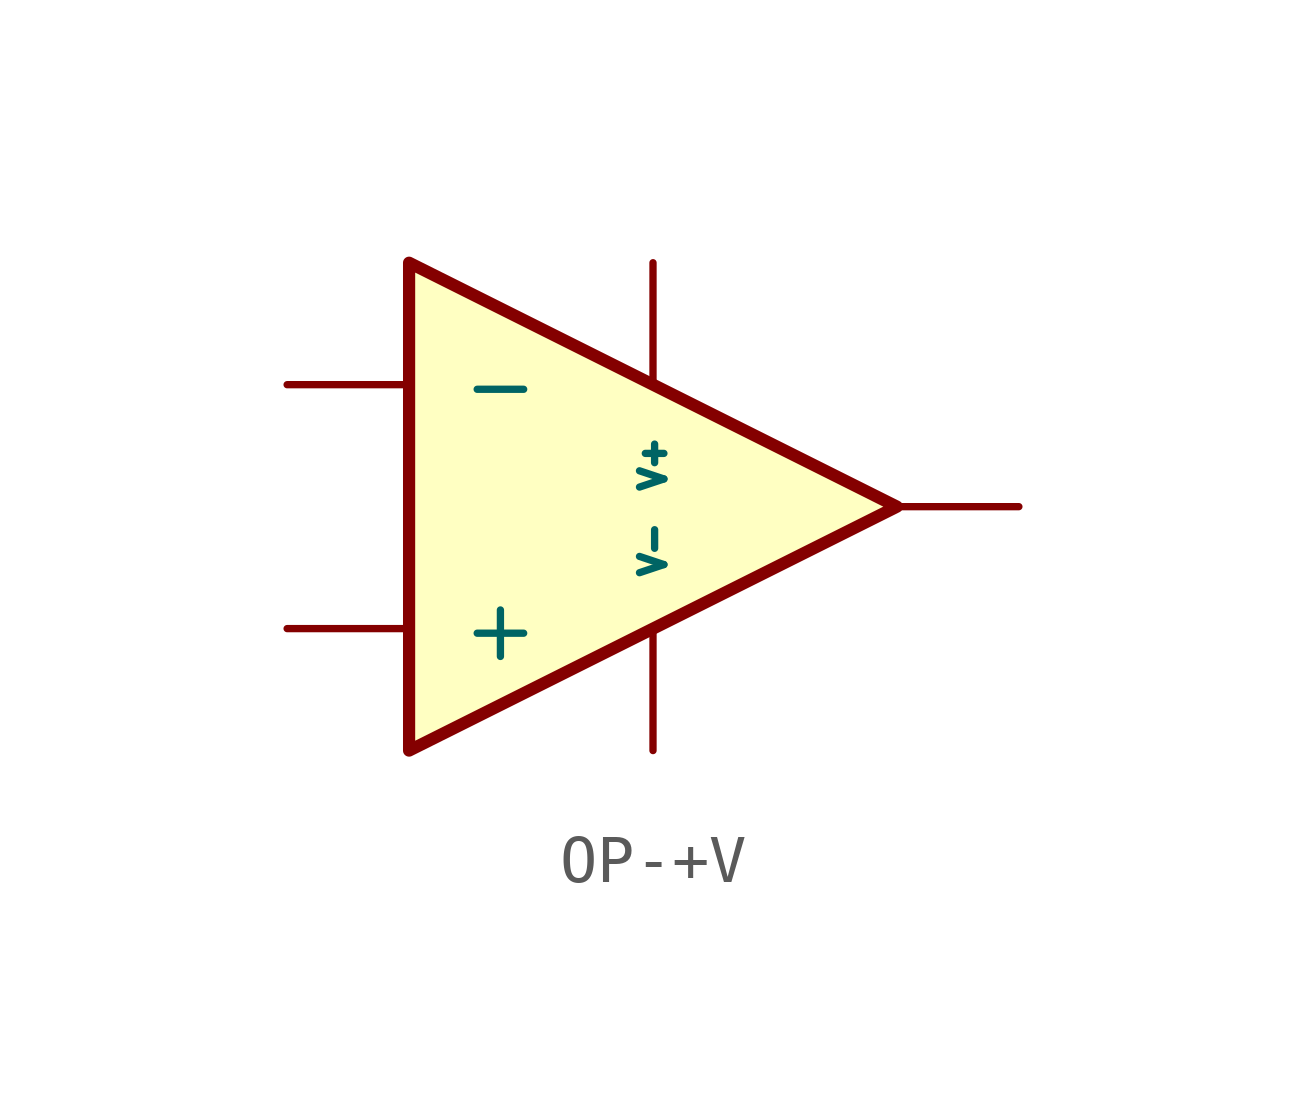
<source format=kicad_sym>
(kicad_symbol_lib
  (version 20231120)
  (generator "kicad_symbol_editor")
  (generator_version "8.0")
  (symbol "OP-+V"
    (pin_numbers hide)
    (pin_names
      (offset 1.016))
    (property "Reference" "U"
      (at 1.27 3.81 0)
      (effects (font (size 1.524 1.524)) (justify left) (hide yes)))
    (property "Footprint" ""
      (at 0 0 0)
      (effects (font (size 1.524 1.524))))
    (property "Datasheet" ""
      (at 0 0 0)
      (effects (font (size 1.524 1.524))))
    (symbol "OP-+V_0_1"
      (polyline (pts (xy -5.08 5.08) (xy 5.08 0) (xy -5.08 -5.08) (xy -5.08 5.08)) (stroke (width 0.254) (type default)) (fill (type background)))
      (pin power_in line (at 0 -5.08 90) (length 2.54) (name "V-" (effects (font (size 0.508 0.508)))) (number "4" (effects (font (size 0.508 0.508)))))
      (pin power_in line (at 0 5.08 270) (length 2.54) (name "V+" (effects (font (size 0.508 0.508)))) (number "~" (effects (font (size 0.508 0.508))))))
    (symbol "OP-+V_1_1"
      (pin output line (at 7.62 0 180) (length 2.54) (name "~" (effects (font (size 1.016 1.016)))) (number "1" (effects (font (size 1.016 1.016)))))
      (pin input line (at -7.62 2.54 0) (length 2.54) (name "-" (effects (font (size 1.27 1.27)))) (number "2" (effects (font (size 1.016 1.016)))))
      (pin input line (at -7.62 -2.54 0) (length 2.54) (name "+" (effects (font (size 1.27 1.27)))) (number "3" (effects (font (size 1.016 1.016))))))))
</source>
